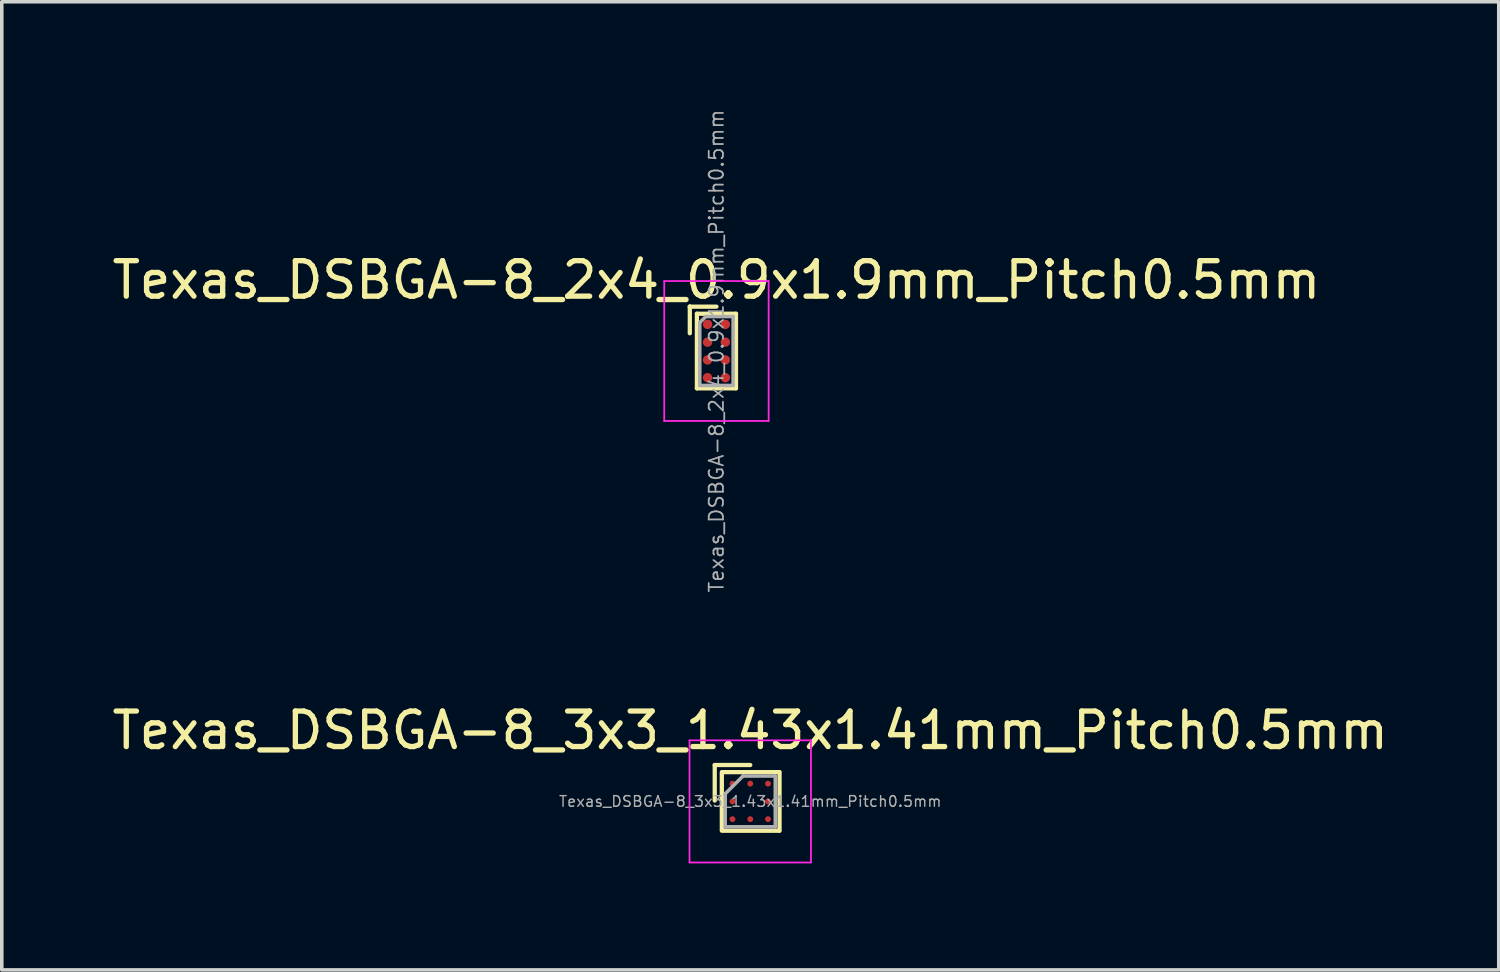
<source format=kicad_pcb>
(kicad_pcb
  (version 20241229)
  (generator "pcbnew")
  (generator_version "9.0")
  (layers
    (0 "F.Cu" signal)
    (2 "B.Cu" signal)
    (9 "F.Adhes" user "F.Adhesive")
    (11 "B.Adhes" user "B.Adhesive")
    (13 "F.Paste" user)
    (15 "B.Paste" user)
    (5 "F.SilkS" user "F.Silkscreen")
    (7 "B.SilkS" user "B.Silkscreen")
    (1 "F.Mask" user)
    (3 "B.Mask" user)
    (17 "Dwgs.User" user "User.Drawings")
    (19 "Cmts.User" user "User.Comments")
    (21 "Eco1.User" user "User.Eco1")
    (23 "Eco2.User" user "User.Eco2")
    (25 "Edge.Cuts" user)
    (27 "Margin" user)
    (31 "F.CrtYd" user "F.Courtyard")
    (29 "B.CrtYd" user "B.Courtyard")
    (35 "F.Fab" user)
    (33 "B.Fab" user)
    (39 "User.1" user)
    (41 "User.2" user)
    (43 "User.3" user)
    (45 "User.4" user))
  (footprint "Texas_DSBGA-8_3x3_1.43x1.41mm_Pitch0.5mm"
    (layer "F.Cu")
    (at 18.077 19.518)
    (property "Reference" "Texas_DSBGA-8_3x3_1.43x1.41mm_Pitch0.5mm" (at 0 -2 0) (layer "F.SilkS") (effects (font (size 1 1) (thickness 0.15))))
    (attr smd)
    (fp_line (start -1 -1.025) (end -1 -0.025) (stroke (width 0.12) (type solid)) (layer "F.SilkS"))
    (fp_line (start -0.8 -0.825) (end -0.8 0.8) (stroke (width 0.12) (type solid)) (layer "F.SilkS"))
    (fp_line (start -0.775 -0.825) (end 0.815 -0.825) (stroke (width 0.12) (type solid)) (layer "F.SilkS"))
    (fp_line (start 0 -1.025) (end -1 -1.025) (stroke (width 0.12) (type solid)) (layer "F.SilkS"))
    (fp_line (start 0.815 0.825) (end -0.8 0.825) (stroke (width 0.12) (type solid)) (layer "F.SilkS"))
    (fp_line (start 0.825 -0.825) (end 0.825 0.825) (stroke (width 0.12) (type solid)) (layer "F.SilkS"))
    (fp_line (start -1.71 -1.72) (end -1.71 1.72) (stroke (width 0.05) (type solid)) (layer "F.CrtYd"))
    (fp_line (start -1.71 1.72) (end 1.71 1.72) (stroke (width 0.05) (type solid)) (layer "F.CrtYd"))
    (fp_line (start 1.71 -1.72) (end -1.71 -1.72) (stroke (width 0.05) (type solid)) (layer "F.CrtYd"))
    (fp_line (start 1.71 1.72) (end 1.71 -1.72) (stroke (width 0.05) (type solid)) (layer "F.CrtYd"))
    (fp_line (start -0.705 -0.215) (end -0.705 0.715) (stroke (width 0.1) (type solid)) (layer "F.Fab"))
    (fp_line (start -0.705 -0.215) (end -0.205 -0.715) (stroke (width 0.1) (type solid)) (layer "F.Fab"))
    (fp_line (start -0.705 0.715) (end 0.705 0.715) (stroke (width 0.1) (type solid)) (layer "F.Fab"))
    (fp_line (start 0.705 -0.715) (end -0.205 -0.715) (stroke (width 0.1) (type solid)) (layer "F.Fab"))
    (fp_line (start 0.705 0.715) (end 0.705 -0.715) (stroke (width 0.1) (type solid)) (layer "F.Fab"))
    (fp_text user "${REFERENCE}" (at 0 0 0) (layer "F.Fab") (effects (font (size 0.3 0.3) (thickness 0.04))))
    (pad "" smd rect (at -0.5 -0.5) (size 0.3 0.3) (layers "F.Paste"))
    (pad "" smd rect (at -0.5 0) (size 0.3 0.3) (layers "F.Paste"))
    (pad "" smd rect (at -0.5 0.5) (size 0.3 0.3) (layers "F.Paste"))
    (pad "" smd rect (at 0 -0.5) (size 0.3 0.3) (layers "F.Paste"))
    (pad "" smd rect (at 0 0.5) (size 0.3 0.3) (layers "F.Paste"))
    (pad "" smd rect (at 0.5 -0.5) (size 0.3 0.3) (layers "F.Paste"))
    (pad "" smd rect (at 0.5 0) (size 0.3 0.3) (layers "F.Paste"))
    (pad "" smd rect (at 0.5 0.5) (size 0.3 0.3) (layers "F.Paste"))
    (pad "A1" smd circle (at -0.5 -0.5) (size 0.165 0.165) (layers "F.Cu" "F.Mask"))
    (pad "A2" smd circle (at 0 -0.5) (size 0.165 0.165) (layers "F.Cu" "F.Mask"))
    (pad "A3" smd circle (at 0.5 -0.5) (size 0.165 0.165) (layers "F.Cu" "F.Mask"))
    (pad "B1" smd circle (at -0.5 0) (size 0.165 0.165) (layers "F.Cu" "F.Mask"))
    (pad "B3" smd circle (at 0.5 0) (size 0.165 0.165) (layers "F.Cu" "F.Mask" "F.Paste"))
    (pad "C1" smd circle (at -0.5 0.5) (size 0.165 0.165) (layers "F.Cu" "F.Mask"))
    (pad "C2" smd circle (at 0 0.5) (size 0.165 0.165) (layers "F.Cu" "F.Mask"))
    (pad "C3" smd circle (at 0.5 0.5) (size 0.165 0.165) (layers "F.Cu" "F.Mask")))
  (footprint "Texas_DSBGA-8_2x4_0.9x1.9mm_Pitch0.5mm"
    (layer "F.Cu")
    (at 17.125 6.835)
    (property "Reference" "Texas_DSBGA-8_2x4_0.9x1.9mm_Pitch0.5mm" (at 0 -2 0) (layer "F.SilkS") (effects (font (size 1 1) (thickness 0.15))))
    (attr smd)
    (fp_line (start -0.75 -1.25) (end -0.75 -1.25) (stroke (width 0.12) (type solid)) (layer "F.SilkS"))
    (fp_line (start -0.75 -1.25) (end -0.75 -0.5) (stroke (width 0.12) (type solid)) (layer "F.SilkS"))
    (fp_line (start -0.55 -1.05) (end -0.55 1.05) (stroke (width 0.12) (type solid)) (layer "F.SilkS"))
    (fp_line (start -0.55 1.05) (end 0.55 1.05) (stroke (width 0.12) (type solid)) (layer "F.SilkS"))
    (fp_line (start 0 -1.25) (end -0.75 -1.25) (stroke (width 0.12) (type solid)) (layer "F.SilkS"))
    (fp_line (start 0.55 -1.05) (end -0.55 -1.05) (stroke (width 0.12) (type solid)) (layer "F.SilkS"))
    (fp_line (start 0.55 -1.05) (end 0.55 1.05) (stroke (width 0.12) (type solid)) (layer "F.SilkS"))
    (fp_line (start -1.47 -1.97) (end -1.47 1.97) (stroke (width 0.05) (type solid)) (layer "F.CrtYd"))
    (fp_line (start -1.47 1.97) (end 1.47 1.97) (stroke (width 0.05) (type solid)) (layer "F.CrtYd"))
    (fp_line (start 1.47 -1.97) (end -1.47 -1.97) (stroke (width 0.05) (type solid)) (layer "F.CrtYd"))
    (fp_line (start 1.47 1.97) (end 1.47 -1.97) (stroke (width 0.05) (type solid)) (layer "F.CrtYd"))
    (fp_line (start -0.47 -0.8) (end -0.47 0.97) (stroke (width 0.1) (type solid)) (layer "F.Fab"))
    (fp_line (start -0.47 -0.8) (end -0.3 -0.97) (stroke (width 0.1) (type solid)) (layer "F.Fab"))
    (fp_line (start -0.47 0.97) (end 0.47 0.97) (stroke (width 0.1) (type solid)) (layer "F.Fab"))
    (fp_line (start 0.47 -0.97) (end -0.3 -0.97) (stroke (width 0.1) (type solid)) (layer "F.Fab"))
    (fp_line (start 0.47 0.97) (end 0.47 -0.97) (stroke (width 0.1) (type solid)) (layer "F.Fab"))
    (fp_text user "${REFERENCE}" (at 0 0 90) (layer "F.Fab") (effects (font (size 0.4 0.4) (thickness 0.05))))
    (pad "" smd rect (at -0.25 -0.75) (size 0.3 0.3) (layers "F.Paste"))
    (pad "" smd rect (at -0.25 -0.25) (size 0.3 0.3) (layers "F.Paste"))
    (pad "" smd rect (at -0.25 0.25) (size 0.3 0.3) (layers "F.Paste"))
    (pad "" smd rect (at -0.25 0.75) (size 0.3 0.3) (layers "F.Paste"))
    (pad "" smd rect (at 0.25 -0.75) (size 0.3 0.3) (layers "F.Paste"))
    (pad "" smd rect (at 0.25 -0.25) (size 0.3 0.3) (layers "F.Paste"))
    (pad "" smd rect (at 0.25 0.25) (size 0.3 0.3) (layers "F.Paste"))
    (pad "" smd rect (at 0.25 0.75) (size 0.3 0.3) (layers "F.Paste"))
    (pad "A1" smd circle (at -0.25 -0.75) (size 0.265 0.265) (layers "F.Cu" "F.Mask"))
    (pad "A2" smd circle (at 0.25 -0.75) (size 0.265 0.265) (layers "F.Cu" "F.Mask"))
    (pad "B1" smd circle (at -0.25 -0.25) (size 0.265 0.265) (layers "F.Cu" "F.Mask"))
    (pad "B2" smd circle (at 0.25 -0.25) (size 0.265 0.265) (layers "F.Cu" "F.Mask"))
    (pad "C1" smd circle (at -0.25 0.25) (size 0.265 0.265) (layers "F.Cu" "F.Mask"))
    (pad "C2" smd circle (at 0.25 0.25) (size 0.265 0.265) (layers "F.Cu" "F.Mask"))
    (pad "D1" smd circle (at -0.25 0.75) (size 0.265 0.265) (layers "F.Cu" "F.Mask"))
    (pad "D2" smd circle (at 0.25 0.75) (size 0.265 0.265) (layers "F.Cu" "F.Mask")))
  (gr_rect
    (start -3 -3)
    (end 39.155 24.263)
    (stroke (width 0.1) (type default))
    (fill no)
    (layer "Edge.Cuts")))
</source>
